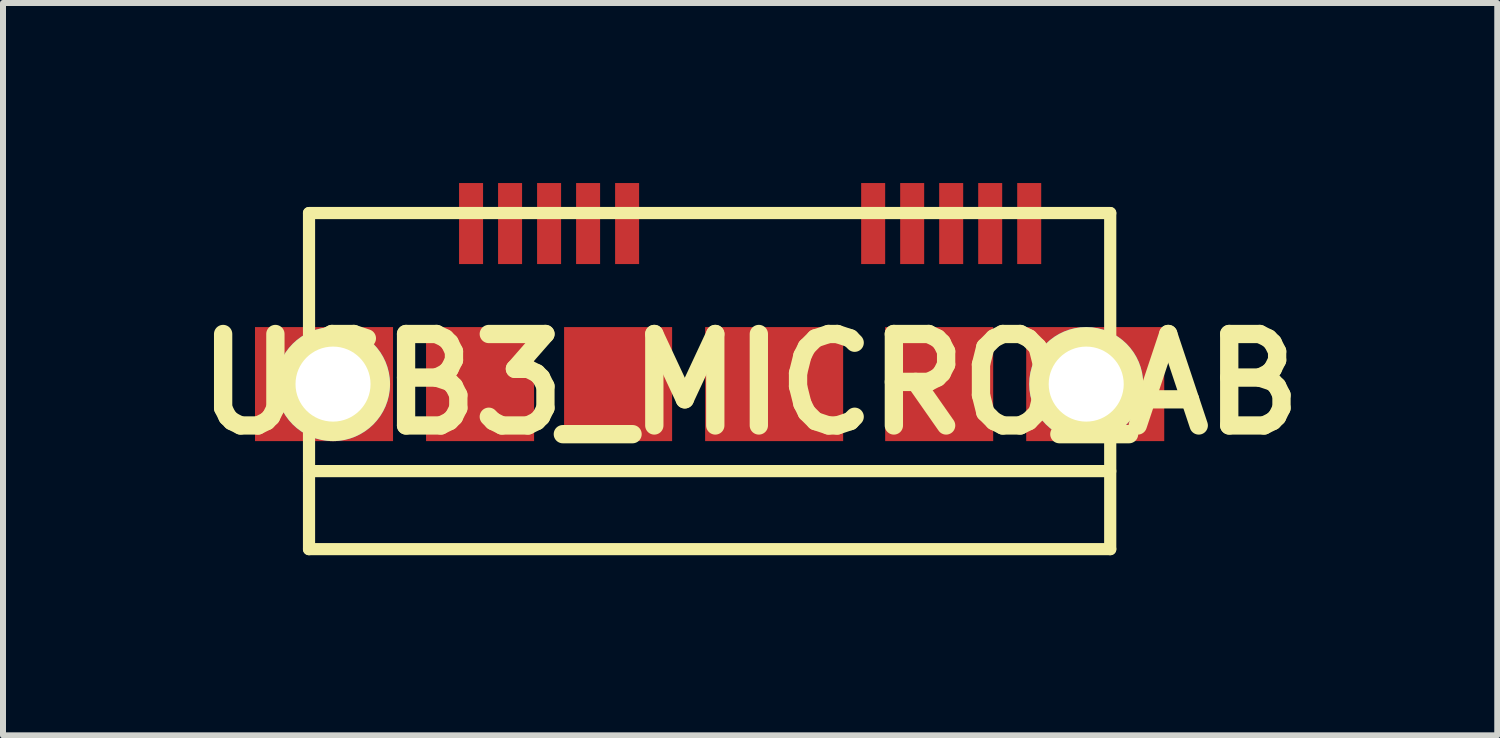
<source format=kicad_pcb>
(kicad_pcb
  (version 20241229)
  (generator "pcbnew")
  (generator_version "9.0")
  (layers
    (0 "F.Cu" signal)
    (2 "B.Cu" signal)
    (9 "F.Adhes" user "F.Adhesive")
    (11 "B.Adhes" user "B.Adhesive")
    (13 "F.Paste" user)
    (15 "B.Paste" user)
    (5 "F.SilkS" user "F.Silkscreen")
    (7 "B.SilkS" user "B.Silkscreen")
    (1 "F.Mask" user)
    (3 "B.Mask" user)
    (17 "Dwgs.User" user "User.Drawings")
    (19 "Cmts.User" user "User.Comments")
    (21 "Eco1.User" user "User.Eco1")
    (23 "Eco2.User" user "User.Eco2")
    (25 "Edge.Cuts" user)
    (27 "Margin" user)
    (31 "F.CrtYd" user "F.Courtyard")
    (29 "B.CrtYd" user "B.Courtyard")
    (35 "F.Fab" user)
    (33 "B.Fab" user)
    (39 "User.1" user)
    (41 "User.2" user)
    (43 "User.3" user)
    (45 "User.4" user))
  (footprint "USB3_MICRO_AB"
    (layer "F.Cu")
    (at 9.449 3.35)
    (property "Reference" "USB3_MICRO_AB" (at 0 0 0) (layer "F.SilkS") (effects (font (size 1.524 1.524) (thickness 0.305))))
    (attr through_hole)
    (fp_line (start -7.35 -2.85) (end 6 -2.85) (stroke (width 0.203) (type solid)) (layer "F.SilkS"))
    (fp_line (start -7.35 1.45) (end 6 1.45) (stroke (width 0.203) (type solid)) (layer "F.SilkS"))
    (fp_line (start -7.35 2.75) (end -7.35 -2.85) (stroke (width 0.203) (type solid)) (layer "F.SilkS"))
    (fp_line (start 6 -2.85) (end 6 2.75) (stroke (width 0.203) (type solid)) (layer "F.SilkS"))
    (fp_line (start 6 2.75) (end -7.35 2.75) (stroke (width 0.203) (type solid)) (layer "F.SilkS"))
    (pad "1" smd rect (at -4.65 -2.675) (size 0.4 1.35) (layers "F.Cu" "F.Mask" "F.Paste"))
    (pad "2" smd rect (at -4 -2.675) (size 0.4 1.35) (layers "F.Cu" "F.Mask" "F.Paste"))
    (pad "3" smd rect (at -3.35 -2.675) (size 0.4 1.35) (layers "F.Cu" "F.Mask" "F.Paste"))
    (pad "4" smd rect (at -2.7 -2.675) (size 0.4 1.35) (layers "F.Cu" "F.Mask" "F.Paste"))
    (pad "5" smd rect (at -2.05 -2.675) (size 0.4 1.35) (layers "F.Cu" "F.Mask" "F.Paste"))
    (pad "6" smd rect (at 2.05 -2.675) (size 0.4 1.35) (layers "F.Cu" "F.Mask" "F.Paste"))
    (pad "7" smd rect (at 2.7 -2.675) (size 0.4 1.35) (layers "F.Cu" "F.Mask" "F.Paste"))
    (pad "8" smd rect (at 3.35 -2.675) (size 0.4 1.35) (layers "F.Cu" "F.Mask" "F.Paste"))
    (pad "9" smd rect (at 4 -2.675) (size 0.4 1.35) (layers "F.Cu" "F.Mask" "F.Paste"))
    (pad "10" smd rect (at 4.65 -2.675) (size 0.4 1.35) (layers "F.Cu" "F.Mask" "F.Paste"))
    (pad "11" smd rect (at -7.1 0) (size 2.3 1.9) (layers "F.Cu" "F.Mask" "F.Paste"))
    (pad "11" thru_hole circle (at -6.95 0) (size 1.9 1.9) (drill 1.25) (layers "*.Cu" "*.Mask" "F.SilkS"))
    (pad "11" smd rect (at -4.5 0) (size 1.8 1.9) (layers "F.Cu" "F.Mask" "F.Paste"))
    (pad "11" smd rect (at -2.2 0) (size 1.8 1.9) (layers "F.Cu" "F.Mask" "F.Paste"))
    (pad "11" smd rect (at 0.4 0) (size 2.3 1.9) (layers "F.Cu" "F.Mask" "F.Paste"))
    (pad "11" smd rect (at 3.15 0) (size 1.8 1.9) (layers "F.Cu" "F.Mask" "F.Paste"))
    (pad "11" thru_hole circle (at 5.6 0) (size 1.9 1.9) (drill 1.25) (layers "*.Cu" "*.Mask" "F.SilkS"))
    (pad "11" smd rect (at 5.75 0) (size 2.3 1.9) (layers "F.Cu" "F.Mask" "F.Paste")))
  (gr_rect
    (start -3 -3)
    (end 21.898 9.202)
    (stroke (width 0.1) (type default))
    (fill no)
    (layer "Edge.Cuts")))
</source>
